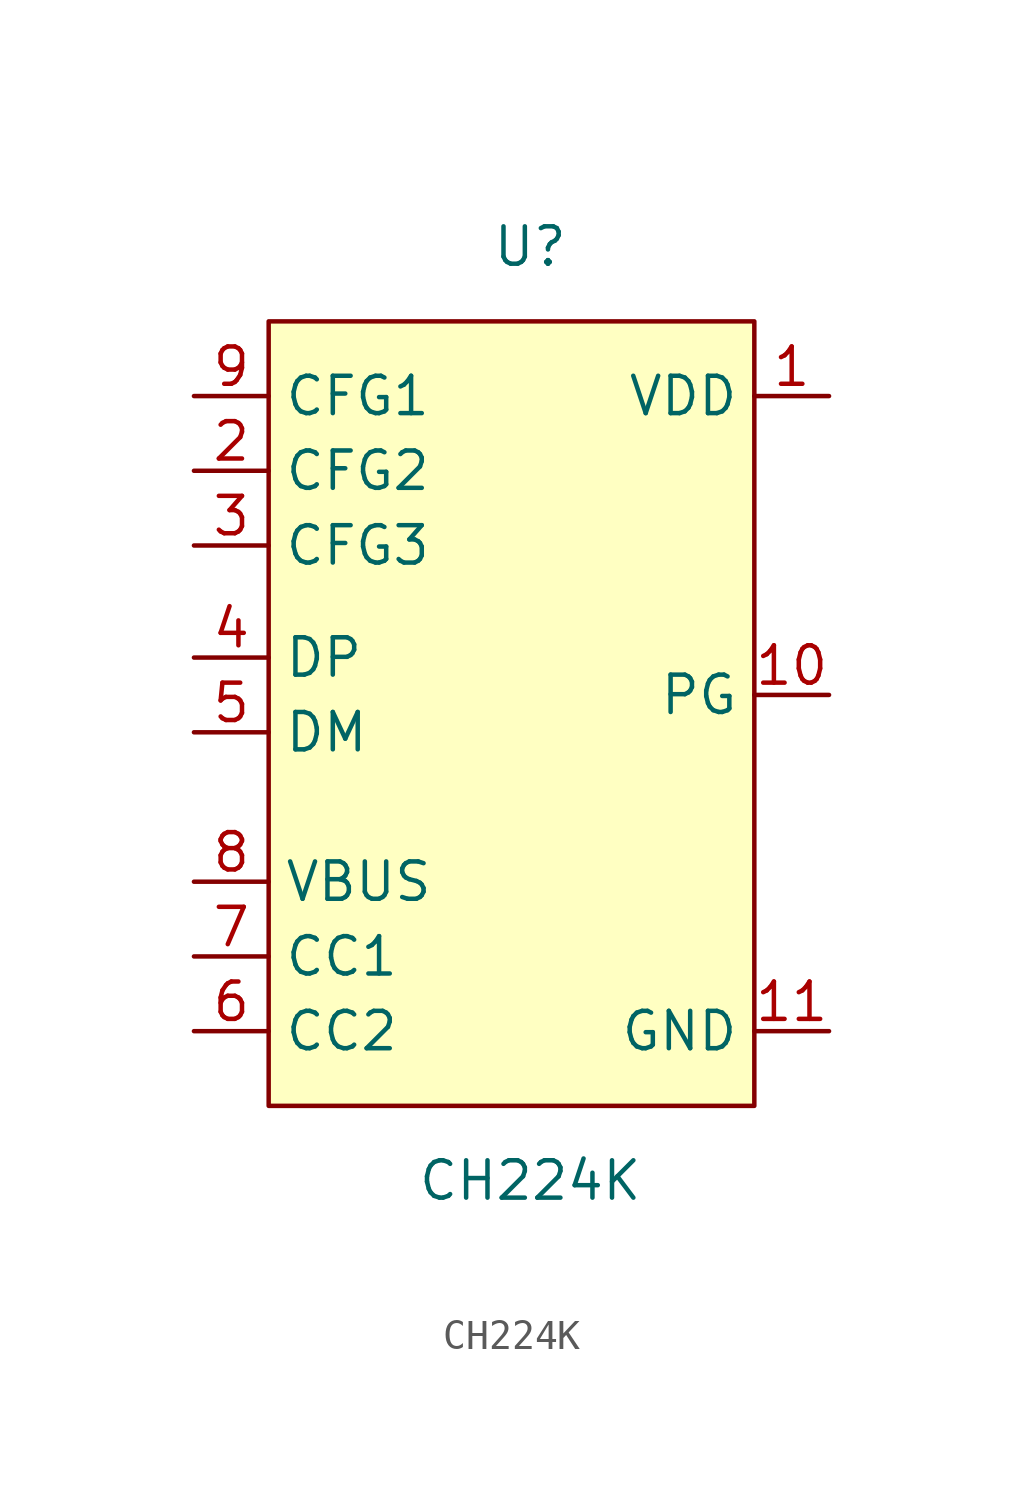
<source format=kicad_sym>
(kicad_symbol_lib
  (version 1)
  (generator "faebryk")
  (symbol "CH224K"
    (property "Reference" "U"
      (at 0 15.24 0)
      (effects (font (size 1.27 1.27)) (hide no)))
    (property "Value" "CH224K"
      (at 0 -16.51 0)
      (effects (font (size 1.27 1.27)) (hide no)))
    (symbol "CH224K_0_1"
      (rectangle (start -8.89 12.7) (end 7.62 -13.97) (stroke (width 0) (type default) (color 0 0 0 0)) (fill (type background)))
      (pin unspecified line (at 10.16 10.16 180) (length 2.54) (name "VDD" (effects (font (size 1.27 1.27)) (hide no))) (number "1" (effects (font (size 1.27 1.27)) (hide no))))
      (pin unspecified line (at -11.43 7.62 0) (length 2.54) (name "CFG2" (effects (font (size 1.27 1.27)) (hide no))) (number "2" (effects (font (size 1.27 1.27)) (hide no))))
      (pin unspecified line (at -11.43 5.08 0) (length 2.54) (name "CFG3" (effects (font (size 1.27 1.27)) (hide no))) (number "3" (effects (font (size 1.27 1.27)) (hide no))))
      (pin unspecified line (at -11.43 1.27 0) (length 2.54) (name "DP" (effects (font (size 1.27 1.27)) (hide no))) (number "4" (effects (font (size 1.27 1.27)) (hide no))))
      (pin unspecified line (at -11.43 -1.27 0) (length 2.54) (name "DM" (effects (font (size 1.27 1.27)) (hide no))) (number "5" (effects (font (size 1.27 1.27)) (hide no))))
      (pin unspecified line (at -11.43 -11.43 0) (length 2.54) (name "CC2" (effects (font (size 1.27 1.27)) (hide no))) (number "6" (effects (font (size 1.27 1.27)) (hide no))))
      (pin unspecified line (at -11.43 -8.89 0) (length 2.54) (name "CC1" (effects (font (size 1.27 1.27)) (hide no))) (number "7" (effects (font (size 1.27 1.27)) (hide no))))
      (pin unspecified line (at -11.43 -6.35 0) (length 2.54) (name "VBUS" (effects (font (size 1.27 1.27)) (hide no))) (number "8" (effects (font (size 1.27 1.27)) (hide no))))
      (pin unspecified line (at -11.43 10.16 0) (length 2.54) (name "CFG1" (effects (font (size 1.27 1.27)) (hide no))) (number "9" (effects (font (size 1.27 1.27)) (hide no))))
      (pin unspecified line (at 10.16 0 180) (length 2.54) (name "PG" (effects (font (size 1.27 1.27)) (hide no))) (number "10" (effects (font (size 1.27 1.27)) (hide no))))
      (pin unspecified line (at 10.16 -11.43 180) (length 2.54) (name "GND" (effects (font (size 1.27 1.27)) (hide no))) (number "11" (effects (font (size 1.27 1.27)) (hide no)))))))
</source>
